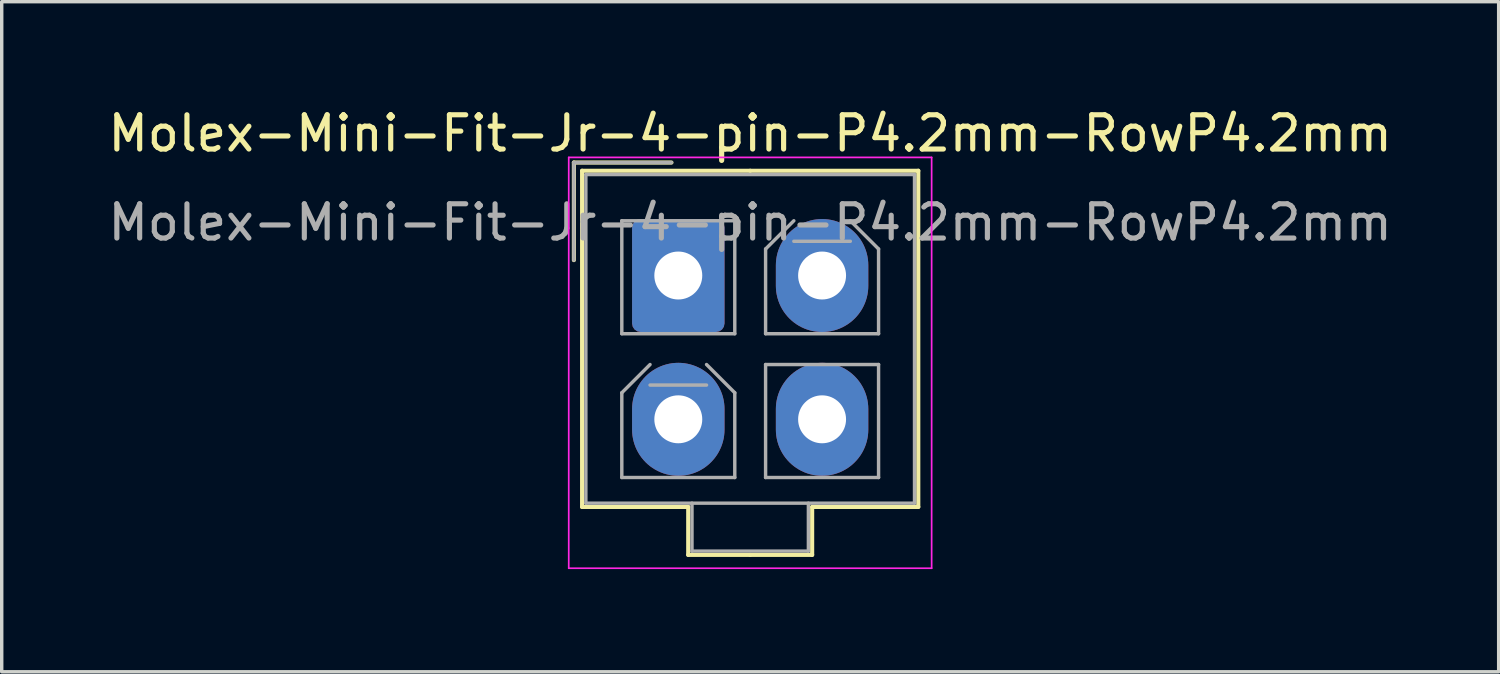
<source format=kicad_pcb>
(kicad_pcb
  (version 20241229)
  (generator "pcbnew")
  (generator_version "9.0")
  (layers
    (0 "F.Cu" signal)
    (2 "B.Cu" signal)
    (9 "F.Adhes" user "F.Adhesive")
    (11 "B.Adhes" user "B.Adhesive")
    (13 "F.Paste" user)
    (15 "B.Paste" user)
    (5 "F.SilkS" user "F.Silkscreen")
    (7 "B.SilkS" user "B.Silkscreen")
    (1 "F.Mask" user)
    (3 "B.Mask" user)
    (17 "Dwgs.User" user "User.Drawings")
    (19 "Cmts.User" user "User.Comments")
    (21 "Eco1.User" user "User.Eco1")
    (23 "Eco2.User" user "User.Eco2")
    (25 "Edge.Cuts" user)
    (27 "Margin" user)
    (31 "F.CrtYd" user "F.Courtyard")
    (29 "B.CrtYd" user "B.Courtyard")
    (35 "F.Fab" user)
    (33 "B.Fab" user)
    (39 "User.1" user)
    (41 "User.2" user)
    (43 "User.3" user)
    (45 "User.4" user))
  (footprint "Molex-Mini-Fit-Jr-4-pin-P4.2mm-RowP4.2mm"
    (layer "F.Cu")
    (at 16.763 4.298)
    (property "Reference" "Molex-Mini-Fit-Jr-4-pin-P4.2mm-RowP4.2mm" (at 2.1 -3.45 0) (layer "F.SilkS") (effects (font (size 1 1) (thickness 0.15))))
    (attr through_hole)
    (fp_line (start -3.05 -2.6) (end -3.05 0.25) (stroke (width 0.12) (type solid)) (layer "F.SilkS"))
    (fp_line (start -2.81 -2.36) (end -2.81 7.46) (stroke (width 0.12) (type solid)) (layer "F.SilkS"))
    (fp_line (start -2.81 7.46) (end 0.29 7.46) (stroke (width 0.12) (type solid)) (layer "F.SilkS"))
    (fp_line (start -0.2 -2.6) (end -3.05 -2.6) (stroke (width 0.12) (type solid)) (layer "F.SilkS"))
    (fp_line (start 0.29 7.46) (end 0.29 8.86) (stroke (width 0.12) (type solid)) (layer "F.SilkS"))
    (fp_line (start 0.29 8.86) (end 2.1 8.86) (stroke (width 0.12) (type solid)) (layer "F.SilkS"))
    (fp_line (start 2.1 -2.36) (end -2.81 -2.36) (stroke (width 0.12) (type solid)) (layer "F.SilkS"))
    (fp_line (start 2.1 -2.36) (end 7.01 -2.36) (stroke (width 0.12) (type solid)) (layer "F.SilkS"))
    (fp_line (start 3.91 7.46) (end 3.91 8.86) (stroke (width 0.12) (type solid)) (layer "F.SilkS"))
    (fp_line (start 3.91 8.86) (end 2.1 8.86) (stroke (width 0.12) (type solid)) (layer "F.SilkS"))
    (fp_line (start 7.01 -2.36) (end 7.01 7.46) (stroke (width 0.12) (type solid)) (layer "F.SilkS"))
    (fp_line (start 7.01 7.46) (end 3.91 7.46) (stroke (width 0.12) (type solid)) (layer "F.SilkS"))
    (fp_line (start -3.2 -2.75) (end -3.2 9.25) (stroke (width 0.05) (type solid)) (layer "F.CrtYd"))
    (fp_line (start -3.2 9.25) (end 7.4 9.25) (stroke (width 0.05) (type solid)) (layer "F.CrtYd"))
    (fp_line (start 7.4 -2.75) (end -3.2 -2.75) (stroke (width 0.05) (type solid)) (layer "F.CrtYd"))
    (fp_line (start 7.4 9.25) (end 7.4 -2.75) (stroke (width 0.05) (type solid)) (layer "F.CrtYd"))
    (fp_line (start -3.05 -2.6) (end -3.05 0.25) (stroke (width 0.1) (type solid)) (layer "F.Fab"))
    (fp_line (start -2.7 -2.25) (end -2.7 7.35) (stroke (width 0.1) (type solid)) (layer "F.Fab"))
    (fp_line (start -2.7 7.35) (end 6.9 7.35) (stroke (width 0.1) (type solid)) (layer "F.Fab"))
    (fp_line (start -1.65 -0.9) (end -1.65 2.4) (stroke (width 0.1) (type solid)) (layer "F.Fab"))
    (fp_line (start -1.65 2.4) (end 1.65 2.4) (stroke (width 0.1) (type solid)) (layer "F.Fab"))
    (fp_line (start -1.65 4.125) (end -0.825 3.3) (stroke (width 0.1) (type solid)) (layer "F.Fab"))
    (fp_line (start -1.65 6.6) (end -1.65 4.125) (stroke (width 0.1) (type solid)) (layer "F.Fab"))
    (fp_line (start -0.825 3.9) (end 0.825 3.9) (stroke (width 0.1) (type solid)) (layer "F.Fab"))
    (fp_line (start -0.2 -2.6) (end -3.05 -2.6) (stroke (width 0.1) (type solid)) (layer "F.Fab"))
    (fp_line (start 0.4 7.35) (end 0.4 8.75) (stroke (width 0.1) (type solid)) (layer "F.Fab"))
    (fp_line (start 0.4 8.75) (end 3.8 8.75) (stroke (width 0.1) (type solid)) (layer "F.Fab"))
    (fp_line (start 0.825 3.3) (end 1.65 4.125) (stroke (width 0.1) (type solid)) (layer "F.Fab"))
    (fp_line (start 1.65 -0.9) (end -1.65 -0.9) (stroke (width 0.1) (type solid)) (layer "F.Fab"))
    (fp_line (start 1.65 2.4) (end 1.65 -0.9) (stroke (width 0.1) (type solid)) (layer "F.Fab"))
    (fp_line (start 1.65 4.125) (end 1.65 6.6) (stroke (width 0.1) (type solid)) (layer "F.Fab"))
    (fp_line (start 1.65 6.6) (end -1.65 6.6) (stroke (width 0.1) (type solid)) (layer "F.Fab"))
    (fp_line (start 2.55 -0.075) (end 3.375 -0.9) (stroke (width 0.1) (type solid)) (layer "F.Fab"))
    (fp_line (start 2.55 2.4) (end 2.55 -0.075) (stroke (width 0.1) (type solid)) (layer "F.Fab"))
    (fp_line (start 2.55 3.3) (end 2.55 6.6) (stroke (width 0.1) (type solid)) (layer "F.Fab"))
    (fp_line (start 2.55 6.6) (end 5.85 6.6) (stroke (width 0.1) (type solid)) (layer "F.Fab"))
    (fp_line (start 3.375 -0.3) (end 5.025 -0.3) (stroke (width 0.1) (type solid)) (layer "F.Fab"))
    (fp_line (start 3.8 8.75) (end 3.8 7.35) (stroke (width 0.1) (type solid)) (layer "F.Fab"))
    (fp_line (start 5.025 -0.9) (end 5.85 -0.075) (stroke (width 0.1) (type solid)) (layer "F.Fab"))
    (fp_line (start 5.85 -0.075) (end 5.85 2.4) (stroke (width 0.1) (type solid)) (layer "F.Fab"))
    (fp_line (start 5.85 2.4) (end 2.55 2.4) (stroke (width 0.1) (type solid)) (layer "F.Fab"))
    (fp_line (start 5.85 3.3) (end 2.55 3.3) (stroke (width 0.1) (type solid)) (layer "F.Fab"))
    (fp_line (start 5.85 6.6) (end 5.85 3.3) (stroke (width 0.1) (type solid)) (layer "F.Fab"))
    (fp_line (start 6.9 -2.25) (end -2.7 -2.25) (stroke (width 0.1) (type solid)) (layer "F.Fab"))
    (fp_line (start 6.9 7.35) (end 6.9 -2.25) (stroke (width 0.1) (type solid)) (layer "F.Fab"))
    (fp_text user "${REFERENCE}" (at 2.1 -0.85 0) (layer "F.Fab") (effects (font (size 1 1) (thickness 0.15))))
    (pad "1" thru_hole roundrect (at 0 0.7) (size 2.7 3.3) (drill 1.4) (layers "*.Cu" "*.Mask") (roundrect_rratio 0.093))
    (pad "2" thru_hole oval (at 4.2 0.7) (size 2.7 3.3) (drill 1.4) (layers "*.Cu" "*.Mask"))
    (pad "3" thru_hole oval (at 0 4.9) (size 2.7 3.3) (drill 1.4) (layers "*.Cu" "*.Mask"))
    (pad "4" thru_hole oval (at 4.2 4.9) (size 2.7 3.3) (drill 1.4) (layers "*.Cu" "*.Mask")))
  (gr_rect
    (start -3 -3)
    (end 40.726 16.573)
    (stroke (width 0.1) (type default))
    (fill no)
    (layer "Edge.Cuts")))
</source>
